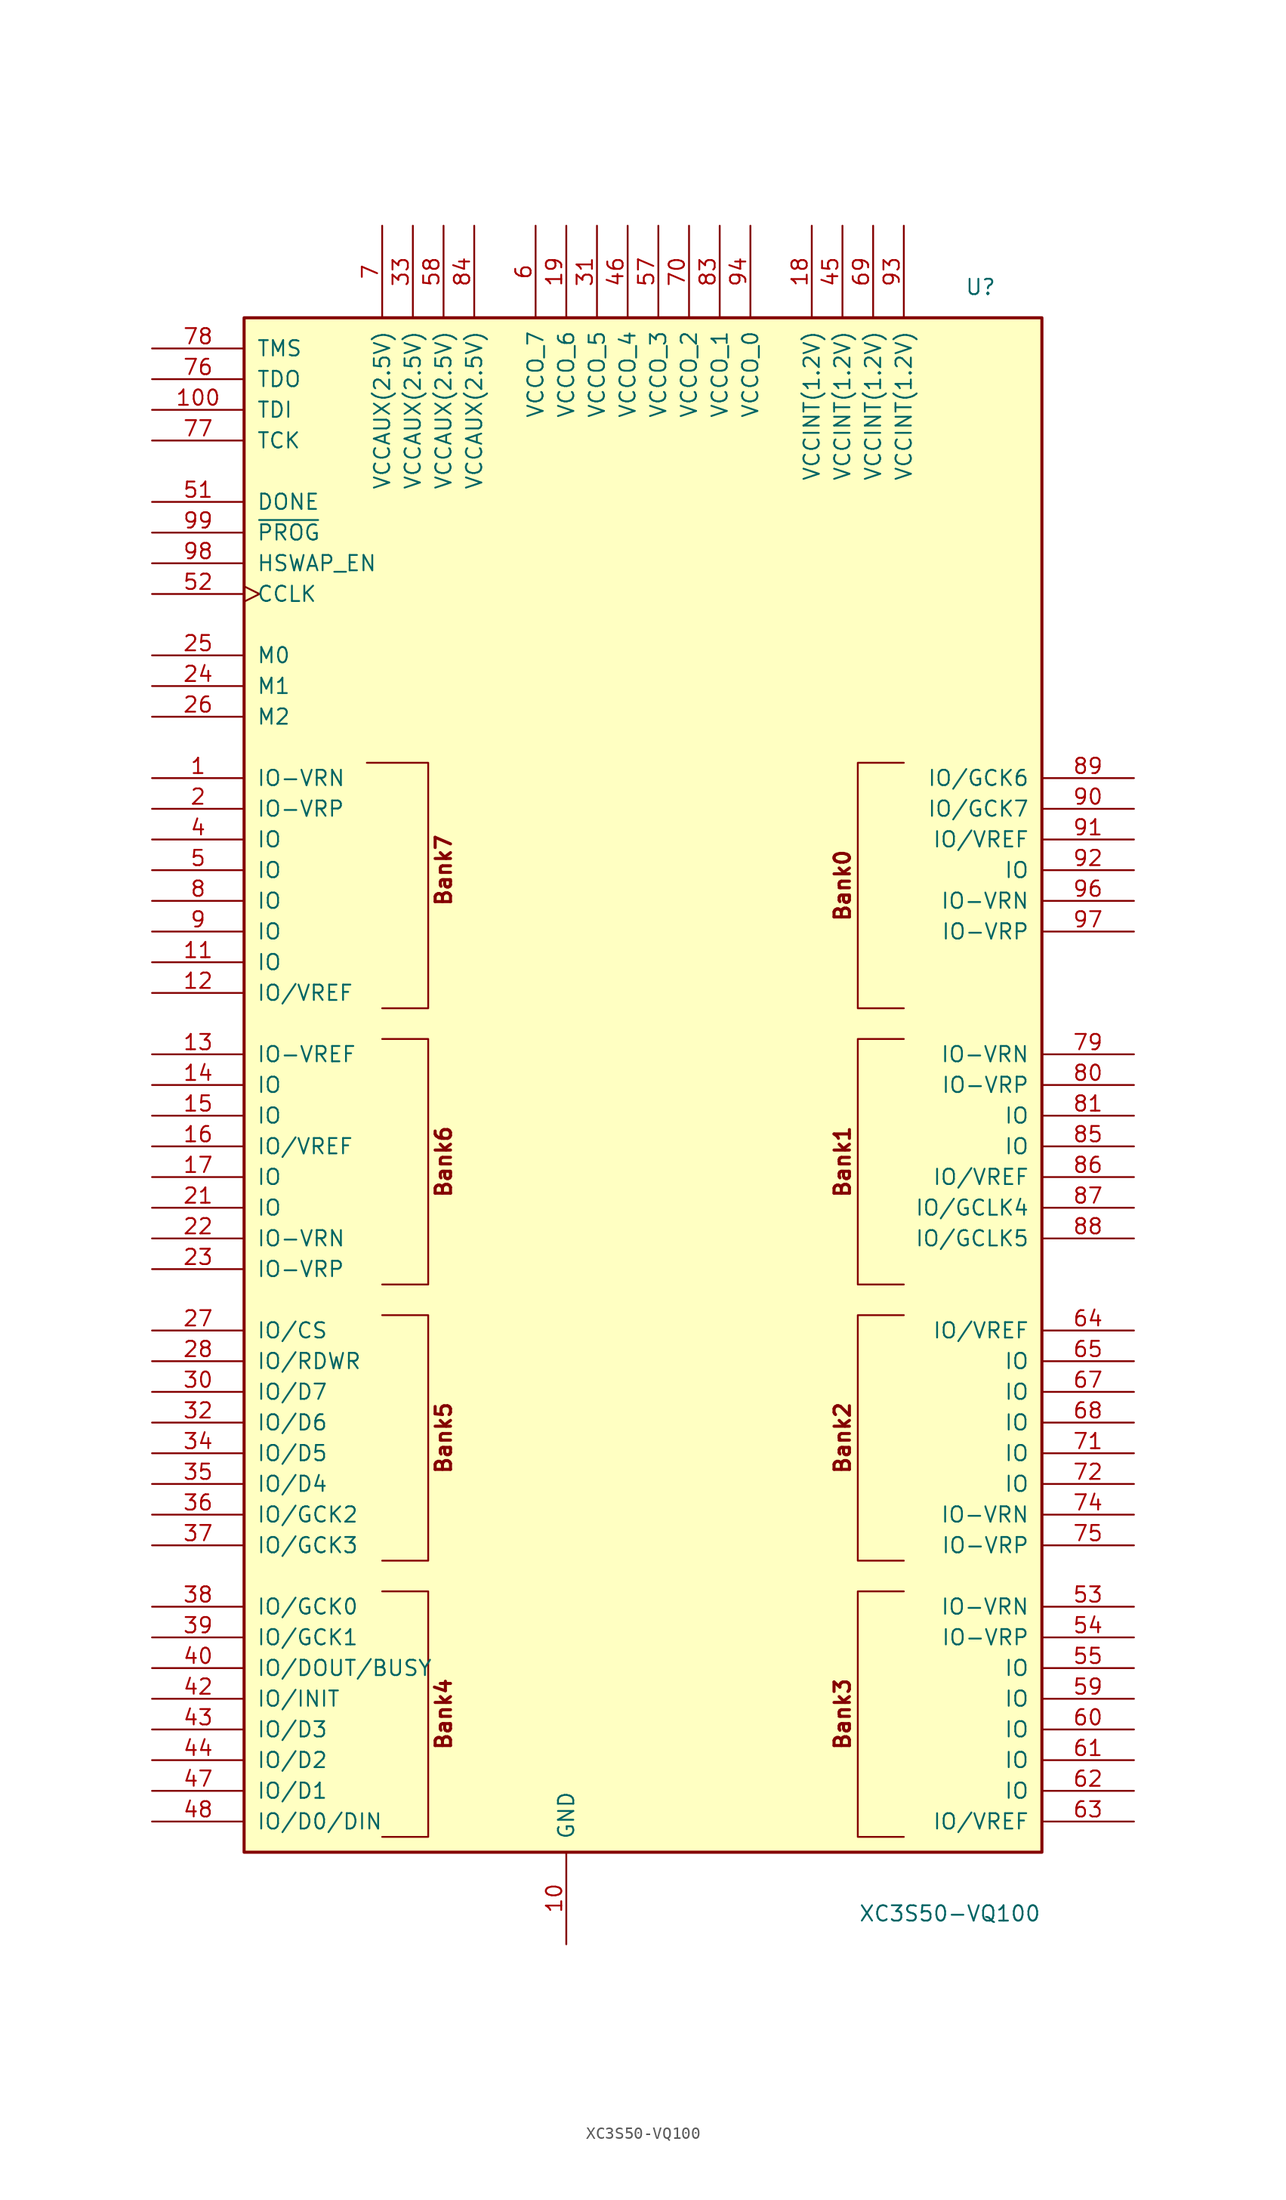
<source format=kicad_sym>
(kicad_symbol_lib
  (version 20231120)
  (generator "kicad_symbol_editor")
  (generator_version "8.0")
  (symbol "XC3S50-VQ100"
    (pin_names
      (offset 1.016))
    (property "Reference" "U"
      (at 26.67 66.04 0)
      (effects (font (size 1.27 1.27))))
    (property "Value" "XC3S50-VQ100"
      (at 24.13 -68.58 0)
      (effects (font (size 1.27 1.27))))
    (symbol "XC3S50-VQ100_0_0"
      (rectangle (start -34.29 63.5) (end 31.75 -63.5) (stroke (width 0.254) (type default)) (fill (type background)))
      (text "Bank0" (at 15.24 16.51 900) (effects (font (size 1.27 1.27) (bold yes))))
      (text "Bank1" (at 15.24 -6.35 900) (effects (font (size 1.27 1.27) (bold yes))))
      (text "Bank2" (at 15.24 -29.21 900) (effects (font (size 1.27 1.27) (bold yes))))
      (text "Bank3" (at 15.24 -52.07 900) (effects (font (size 1.27 1.27) (bold yes))))
      (text "Bank4" (at -17.78 -52.07 900) (effects (font (size 1.27 1.27) (bold yes))))
      (text "Bank5" (at -17.78 -29.21 900) (effects (font (size 1.27 1.27) (bold yes))))
      (text "Bank6" (at -17.78 -6.35 900) (effects (font (size 1.27 1.27) (bold yes))))
      (text "Bank7" (at -17.78 17.78 900) (effects (font (size 1.27 1.27) (bold yes)))))
    (symbol "XC3S50-VQ100_0_1"
      (polyline (pts (xy -24.13 26.67) (xy -19.05 26.67) (xy -19.05 6.35) (xy -22.86 6.35) (xy -22.86 6.35)) (stroke (width 0) (type default)) (fill (type none)))
      (polyline (pts (xy -22.86 -41.91) (xy -19.05 -41.91) (xy -19.05 -62.23) (xy -22.86 -62.23) (xy -22.86 -62.23)) (stroke (width 0) (type default)) (fill (type none)))
      (polyline (pts (xy -22.86 -19.05) (xy -19.05 -19.05) (xy -19.05 -39.37) (xy -22.86 -39.37) (xy -22.86 -39.37)) (stroke (width 0) (type default)) (fill (type none)))
      (polyline (pts (xy -22.86 3.81) (xy -19.05 3.81) (xy -19.05 -16.51) (xy -22.86 -16.51) (xy -22.86 -16.51)) (stroke (width 0) (type default)) (fill (type none)))
      (polyline (pts (xy 20.32 -41.91) (xy 16.51 -41.91) (xy 16.51 -62.23) (xy 20.32 -62.23) (xy 20.32 -62.23)) (stroke (width 0) (type default)) (fill (type none)))
      (polyline (pts (xy 20.32 -19.05) (xy 16.51 -19.05) (xy 16.51 -39.37) (xy 20.32 -39.37) (xy 20.32 -39.37)) (stroke (width 0) (type default)) (fill (type none)))
      (polyline (pts (xy 20.32 3.81) (xy 16.51 3.81) (xy 16.51 -16.51) (xy 20.32 -16.51) (xy 20.32 -16.51)) (stroke (width 0) (type default)) (fill (type none)))
      (polyline (pts (xy 20.32 26.67) (xy 16.51 26.67) (xy 16.51 6.35) (xy 20.32 6.35) (xy 20.32 6.35)) (stroke (width 0) (type default)) (fill (type none))))
    (symbol "XC3S50-VQ100_1_1"
      (pin bidirectional line (at -41.91 25.4 0) (length 7.62) (name "IO-VRN" (effects (font (size 1.27 1.27)))) (number "1" (effects (font (size 1.27 1.27)))))
      (pin power_in line (at -7.62 -71.12 90) (length 7.62) (name "GND" (effects (font (size 1.27 1.27)))) (number "10" (effects (font (size 1.27 1.27)))))
      (pin input line (at -41.91 55.88 0) (length 7.62) (name "TDI" (effects (font (size 1.27 1.27)))) (number "100" (effects (font (size 1.27 1.27)))))
      (pin bidirectional line (at -41.91 10.16 0) (length 7.62) (name "IO" (effects (font (size 1.27 1.27)))) (number "11" (effects (font (size 1.27 1.27)))))
      (pin bidirectional line (at -41.91 7.62 0) (length 7.62) (name "IO/VREF" (effects (font (size 1.27 1.27)))) (number "12" (effects (font (size 1.27 1.27)))))
      (pin input line (at -41.91 2.54 0) (length 7.62) (name "IO-VREF" (effects (font (size 1.27 1.27)))) (number "13" (effects (font (size 1.27 1.27)))))
      (pin bidirectional line (at -41.91 0 0) (length 7.62) (name "IO" (effects (font (size 1.27 1.27)))) (number "14" (effects (font (size 1.27 1.27)))))
      (pin bidirectional line (at -41.91 -2.54 0) (length 7.62) (name "IO" (effects (font (size 1.27 1.27)))) (number "15" (effects (font (size 1.27 1.27)))))
      (pin bidirectional line (at -41.91 -5.08 0) (length 7.62) (name "IO/VREF" (effects (font (size 1.27 1.27)))) (number "16" (effects (font (size 1.27 1.27)))))
      (pin bidirectional line (at -41.91 -7.62 0) (length 7.62) (name "IO" (effects (font (size 1.27 1.27)))) (number "17" (effects (font (size 1.27 1.27)))))
      (pin power_in line (at 12.7 71.12 270) (length 7.62) (name "VCCINT(1.2V)" (effects (font (size 1.27 1.27)))) (number "18" (effects (font (size 1.27 1.27)))))
      (pin power_in line (at -7.62 71.12 270) (length 7.62) (name "VCCO_6" (effects (font (size 1.27 1.27)))) (number "19" (effects (font (size 1.27 1.27)))))
      (pin bidirectional line (at -41.91 22.86 0) (length 7.62) (name "IO-VRP" (effects (font (size 1.27 1.27)))) (number "2" (effects (font (size 1.27 1.27)))))
      (pin passive line (at -7.62 -71.12 90) (length 7.62) hide (name "GND" (effects (font (size 1.27 1.27)))) (number "20" (effects (font (size 1.27 1.27)))))
      (pin bidirectional line (at -41.91 -10.16 0) (length 7.62) (name "IO" (effects (font (size 1.27 1.27)))) (number "21" (effects (font (size 1.27 1.27)))))
      (pin bidirectional line (at -41.91 -12.7 0) (length 7.62) (name "IO-VRN" (effects (font (size 1.27 1.27)))) (number "22" (effects (font (size 1.27 1.27)))))
      (pin bidirectional line (at -41.91 -15.24 0) (length 7.62) (name "IO-VRP" (effects (font (size 1.27 1.27)))) (number "23" (effects (font (size 1.27 1.27)))))
      (pin input line (at -41.91 33.02 0) (length 7.62) (name "M1" (effects (font (size 1.27 1.27)))) (number "24" (effects (font (size 1.27 1.27)))))
      (pin input line (at -41.91 35.56 0) (length 7.62) (name "M0" (effects (font (size 1.27 1.27)))) (number "25" (effects (font (size 1.27 1.27)))))
      (pin input line (at -41.91 30.48 0) (length 7.62) (name "M2" (effects (font (size 1.27 1.27)))) (number "26" (effects (font (size 1.27 1.27)))))
      (pin bidirectional line (at -41.91 -20.32 0) (length 7.62) (name "IO/CS" (effects (font (size 1.27 1.27)))) (number "27" (effects (font (size 1.27 1.27)))))
      (pin bidirectional line (at -41.91 -22.86 0) (length 7.62) (name "IO/RDWR" (effects (font (size 1.27 1.27)))) (number "28" (effects (font (size 1.27 1.27)))))
      (pin passive line (at -7.62 -71.12 90) (length 7.62) hide (name "GND" (effects (font (size 1.27 1.27)))) (number "29" (effects (font (size 1.27 1.27)))))
      (pin passive line (at -7.62 -71.12 90) (length 7.62) hide (name "GND" (effects (font (size 1.27 1.27)))) (number "3" (effects (font (size 1.27 1.27)))))
      (pin bidirectional line (at -41.91 -25.4 0) (length 7.62) (name "IO/D7" (effects (font (size 1.27 1.27)))) (number "30" (effects (font (size 1.27 1.27)))))
      (pin power_in line (at -5.08 71.12 270) (length 7.62) (name "VCCO_5" (effects (font (size 1.27 1.27)))) (number "31" (effects (font (size 1.27 1.27)))))
      (pin bidirectional line (at -41.91 -27.94 0) (length 7.62) (name "IO/D6" (effects (font (size 1.27 1.27)))) (number "32" (effects (font (size 1.27 1.27)))))
      (pin power_in line (at -20.32 71.12 270) (length 7.62) (name "VCCAUX(2.5V)" (effects (font (size 1.27 1.27)))) (number "33" (effects (font (size 1.27 1.27)))))
      (pin bidirectional line (at -41.91 -30.48 0) (length 7.62) (name "IO/D5" (effects (font (size 1.27 1.27)))) (number "34" (effects (font (size 1.27 1.27)))))
      (pin bidirectional line (at -41.91 -33.02 0) (length 7.62) (name "IO/D4" (effects (font (size 1.27 1.27)))) (number "35" (effects (font (size 1.27 1.27)))))
      (pin bidirectional line (at -41.91 -35.56 0) (length 7.62) (name "IO/GCK2" (effects (font (size 1.27 1.27)))) (number "36" (effects (font (size 1.27 1.27)))))
      (pin bidirectional line (at -41.91 -38.1 0) (length 7.62) (name "IO/GCK3" (effects (font (size 1.27 1.27)))) (number "37" (effects (font (size 1.27 1.27)))))
      (pin bidirectional line (at -41.91 -43.18 0) (length 7.62) (name "IO/GCK0" (effects (font (size 1.27 1.27)))) (number "38" (effects (font (size 1.27 1.27)))))
      (pin bidirectional line (at -41.91 -45.72 0) (length 7.62) (name "IO/GCK1" (effects (font (size 1.27 1.27)))) (number "39" (effects (font (size 1.27 1.27)))))
      (pin bidirectional line (at -41.91 20.32 0) (length 7.62) (name "IO" (effects (font (size 1.27 1.27)))) (number "4" (effects (font (size 1.27 1.27)))))
      (pin bidirectional line (at -41.91 -48.26 0) (length 7.62) (name "IO/DOUT/BUSY" (effects (font (size 1.27 1.27)))) (number "40" (effects (font (size 1.27 1.27)))))
      (pin passive line (at -7.62 -71.12 90) (length 7.62) hide (name "GND" (effects (font (size 1.27 1.27)))) (number "41" (effects (font (size 1.27 1.27)))))
      (pin bidirectional line (at -41.91 -50.8 0) (length 7.62) (name "IO/INIT" (effects (font (size 1.27 1.27)))) (number "42" (effects (font (size 1.27 1.27)))))
      (pin bidirectional line (at -41.91 -53.34 0) (length 7.62) (name "IO/D3" (effects (font (size 1.27 1.27)))) (number "43" (effects (font (size 1.27 1.27)))))
      (pin bidirectional line (at -41.91 -55.88 0) (length 7.62) (name "IO/D2" (effects (font (size 1.27 1.27)))) (number "44" (effects (font (size 1.27 1.27)))))
      (pin power_in line (at 15.24 71.12 270) (length 7.62) (name "VCCINT(1.2V)" (effects (font (size 1.27 1.27)))) (number "45" (effects (font (size 1.27 1.27)))))
      (pin power_in line (at -2.54 71.12 270) (length 7.62) (name "VCCO_4" (effects (font (size 1.27 1.27)))) (number "46" (effects (font (size 1.27 1.27)))))
      (pin bidirectional line (at -41.91 -58.42 0) (length 7.62) (name "IO/D1" (effects (font (size 1.27 1.27)))) (number "47" (effects (font (size 1.27 1.27)))))
      (pin bidirectional line (at -41.91 -60.96 0) (length 7.62) (name "IO/D0/DIN" (effects (font (size 1.27 1.27)))) (number "48" (effects (font (size 1.27 1.27)))))
      (pin bidirectional line (at -41.91 17.78 0) (length 7.62) (name "IO" (effects (font (size 1.27 1.27)))) (number "5" (effects (font (size 1.27 1.27)))))
      (pin open_collector line (at -41.91 48.26 0) (length 7.62) (name "DONE" (effects (font (size 1.27 1.27)))) (number "51" (effects (font (size 1.27 1.27)))))
      (pin input clock (at -41.91 40.64 0) (length 7.62) (name "CCLK" (effects (font (size 1.27 1.27)))) (number "52" (effects (font (size 1.27 1.27)))))
      (pin bidirectional line (at 39.37 -43.18 180) (length 7.62) (name "IO-VRN" (effects (font (size 1.27 1.27)))) (number "53" (effects (font (size 1.27 1.27)))))
      (pin bidirectional line (at 39.37 -45.72 180) (length 7.62) (name "IO-VRP" (effects (font (size 1.27 1.27)))) (number "54" (effects (font (size 1.27 1.27)))))
      (pin bidirectional line (at 39.37 -48.26 180) (length 7.62) (name "IO" (effects (font (size 1.27 1.27)))) (number "55" (effects (font (size 1.27 1.27)))))
      (pin power_in line (at 0 71.12 270) (length 7.62) (name "VCCO_3" (effects (font (size 1.27 1.27)))) (number "57" (effects (font (size 1.27 1.27)))))
      (pin power_in line (at -17.78 71.12 270) (length 7.62) (name "VCCAUX(2.5V)" (effects (font (size 1.27 1.27)))) (number "58" (effects (font (size 1.27 1.27)))))
      (pin bidirectional line (at 39.37 -50.8 180) (length 7.62) (name "IO" (effects (font (size 1.27 1.27)))) (number "59" (effects (font (size 1.27 1.27)))))
      (pin power_in line (at -10.16 71.12 270) (length 7.62) (name "VCCO_7" (effects (font (size 1.27 1.27)))) (number "6" (effects (font (size 1.27 1.27)))))
      (pin bidirectional line (at 39.37 -53.34 180) (length 7.62) (name "IO" (effects (font (size 1.27 1.27)))) (number "60" (effects (font (size 1.27 1.27)))))
      (pin bidirectional line (at 39.37 -55.88 180) (length 7.62) (name "IO" (effects (font (size 1.27 1.27)))) (number "61" (effects (font (size 1.27 1.27)))))
      (pin bidirectional line (at 39.37 -58.42 180) (length 7.62) (name "IO" (effects (font (size 1.27 1.27)))) (number "62" (effects (font (size 1.27 1.27)))))
      (pin bidirectional line (at 39.37 -60.96 180) (length 7.62) (name "IO/VREF" (effects (font (size 1.27 1.27)))) (number "63" (effects (font (size 1.27 1.27)))))
      (pin bidirectional line (at 39.37 -20.32 180) (length 7.62) (name "IO/VREF" (effects (font (size 1.27 1.27)))) (number "64" (effects (font (size 1.27 1.27)))))
      (pin bidirectional line (at 39.37 -22.86 180) (length 7.62) (name "IO" (effects (font (size 1.27 1.27)))) (number "65" (effects (font (size 1.27 1.27)))))
      (pin passive line (at -7.62 -71.12 90) (length 7.62) hide (name "GND" (effects (font (size 1.27 1.27)))) (number "66" (effects (font (size 1.27 1.27)))))
      (pin bidirectional line (at 39.37 -25.4 180) (length 7.62) (name "IO" (effects (font (size 1.27 1.27)))) (number "67" (effects (font (size 1.27 1.27)))))
      (pin bidirectional line (at 39.37 -27.94 180) (length 7.62) (name "IO" (effects (font (size 1.27 1.27)))) (number "68" (effects (font (size 1.27 1.27)))))
      (pin power_in line (at 17.78 71.12 270) (length 7.62) (name "VCCINT(1.2V)" (effects (font (size 1.27 1.27)))) (number "69" (effects (font (size 1.27 1.27)))))
      (pin power_in line (at -22.86 71.12 270) (length 7.62) (name "VCCAUX(2.5V)" (effects (font (size 1.27 1.27)))) (number "7" (effects (font (size 1.27 1.27)))))
      (pin power_in line (at 2.54 71.12 270) (length 7.62) (name "VCCO_2" (effects (font (size 1.27 1.27)))) (number "70" (effects (font (size 1.27 1.27)))))
      (pin bidirectional line (at 39.37 -30.48 180) (length 7.62) (name "IO" (effects (font (size 1.27 1.27)))) (number "71" (effects (font (size 1.27 1.27)))))
      (pin bidirectional line (at 39.37 -33.02 180) (length 7.62) (name "IO" (effects (font (size 1.27 1.27)))) (number "72" (effects (font (size 1.27 1.27)))))
      (pin passive line (at -7.62 -71.12 90) (length 7.62) hide (name "GND" (effects (font (size 1.27 1.27)))) (number "73" (effects (font (size 1.27 1.27)))))
      (pin bidirectional line (at 39.37 -35.56 180) (length 7.62) (name "IO-VRN" (effects (font (size 1.27 1.27)))) (number "74" (effects (font (size 1.27 1.27)))))
      (pin bidirectional line (at 39.37 -38.1 180) (length 7.62) (name "IO-VRP" (effects (font (size 1.27 1.27)))) (number "75" (effects (font (size 1.27 1.27)))))
      (pin output line (at -41.91 58.42 0) (length 7.62) (name "TDO" (effects (font (size 1.27 1.27)))) (number "76" (effects (font (size 1.27 1.27)))))
      (pin input line (at -41.91 53.34 0) (length 7.62) (name "TCK" (effects (font (size 1.27 1.27)))) (number "77" (effects (font (size 1.27 1.27)))))
      (pin input line (at -41.91 60.96 0) (length 7.62) (name "TMS" (effects (font (size 1.27 1.27)))) (number "78" (effects (font (size 1.27 1.27)))))
      (pin bidirectional line (at 39.37 2.54 180) (length 7.62) (name "IO-VRN" (effects (font (size 1.27 1.27)))) (number "79" (effects (font (size 1.27 1.27)))))
      (pin bidirectional line (at -41.91 15.24 0) (length 7.62) (name "IO" (effects (font (size 1.27 1.27)))) (number "8" (effects (font (size 1.27 1.27)))))
      (pin bidirectional line (at 39.37 0 180) (length 7.62) (name "IO-VRP" (effects (font (size 1.27 1.27)))) (number "80" (effects (font (size 1.27 1.27)))))
      (pin bidirectional line (at 39.37 -2.54 180) (length 7.62) (name "IO" (effects (font (size 1.27 1.27)))) (number "81" (effects (font (size 1.27 1.27)))))
      (pin passive line (at -7.62 -71.12 90) (length 7.62) hide (name "GND" (effects (font (size 1.27 1.27)))) (number "82" (effects (font (size 1.27 1.27)))))
      (pin passive line (at 5.08 71.12 270) (length 7.62) (name "VCCO_1" (effects (font (size 1.27 1.27)))) (number "83" (effects (font (size 1.27 1.27)))))
      (pin power_in line (at -15.24 71.12 270) (length 7.62) (name "VCCAUX(2.5V)" (effects (font (size 1.27 1.27)))) (number "84" (effects (font (size 1.27 1.27)))))
      (pin bidirectional line (at 39.37 -5.08 180) (length 7.62) (name "IO" (effects (font (size 1.27 1.27)))) (number "85" (effects (font (size 1.27 1.27)))))
      (pin bidirectional line (at 39.37 -7.62 180) (length 7.62) (name "IO/VREF" (effects (font (size 1.27 1.27)))) (number "86" (effects (font (size 1.27 1.27)))))
      (pin bidirectional line (at 39.37 -10.16 180) (length 7.62) (name "IO/GCLK4" (effects (font (size 1.27 1.27)))) (number "87" (effects (font (size 1.27 1.27)))))
      (pin bidirectional line (at 39.37 -12.7 180) (length 7.62) (name "IO/GCLK5" (effects (font (size 1.27 1.27)))) (number "88" (effects (font (size 1.27 1.27)))))
      (pin bidirectional line (at 39.37 25.4 180) (length 7.62) (name "IO/GCK6" (effects (font (size 1.27 1.27)))) (number "89" (effects (font (size 1.27 1.27)))))
      (pin bidirectional line (at -41.91 12.7 0) (length 7.62) (name "IO" (effects (font (size 1.27 1.27)))) (number "9" (effects (font (size 1.27 1.27)))))
      (pin bidirectional line (at 39.37 22.86 180) (length 7.62) (name "IO/GCK7" (effects (font (size 1.27 1.27)))) (number "90" (effects (font (size 1.27 1.27)))))
      (pin bidirectional line (at 39.37 20.32 180) (length 7.62) (name "IO/VREF" (effects (font (size 1.27 1.27)))) (number "91" (effects (font (size 1.27 1.27)))))
      (pin bidirectional line (at 39.37 17.78 180) (length 7.62) (name "IO" (effects (font (size 1.27 1.27)))) (number "92" (effects (font (size 1.27 1.27)))))
      (pin power_in line (at 20.32 71.12 270) (length 7.62) (name "VCCINT(1.2V)" (effects (font (size 1.27 1.27)))) (number "93" (effects (font (size 1.27 1.27)))))
      (pin passive line (at 7.62 71.12 270) (length 7.62) (name "VCCO_0" (effects (font (size 1.27 1.27)))) (number "94" (effects (font (size 1.27 1.27)))))
      (pin passive line (at -7.62 -71.12 90) (length 7.62) hide (name "GND" (effects (font (size 1.27 1.27)))) (number "95" (effects (font (size 1.27 1.27)))))
      (pin bidirectional line (at 39.37 15.24 180) (length 7.62) (name "IO-VRN" (effects (font (size 1.27 1.27)))) (number "96" (effects (font (size 1.27 1.27)))))
      (pin bidirectional line (at 39.37 12.7 180) (length 7.62) (name "IO-VRP" (effects (font (size 1.27 1.27)))) (number "97" (effects (font (size 1.27 1.27)))))
      (pin bidirectional line (at -41.91 43.18 0) (length 7.62) (name "HSWAP_EN" (effects (font (size 1.27 1.27)))) (number "98" (effects (font (size 1.27 1.27)))))
      (pin input line (at -41.91 45.72 0) (length 7.62) (name "~{PROG}" (effects (font (size 1.27 1.27)))) (number "99" (effects (font (size 1.27 1.27))))))))
</source>
